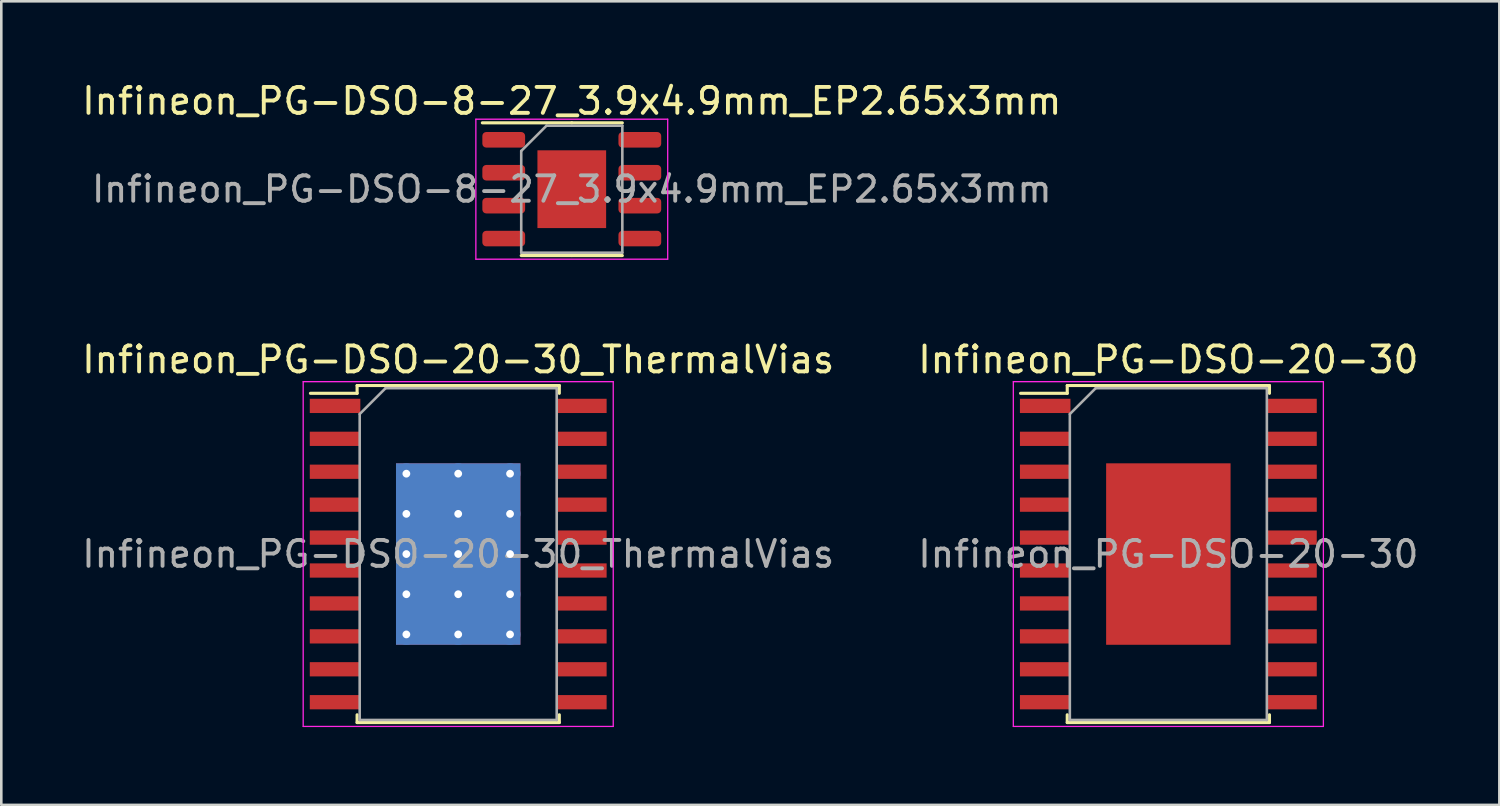
<source format=kicad_pcb>
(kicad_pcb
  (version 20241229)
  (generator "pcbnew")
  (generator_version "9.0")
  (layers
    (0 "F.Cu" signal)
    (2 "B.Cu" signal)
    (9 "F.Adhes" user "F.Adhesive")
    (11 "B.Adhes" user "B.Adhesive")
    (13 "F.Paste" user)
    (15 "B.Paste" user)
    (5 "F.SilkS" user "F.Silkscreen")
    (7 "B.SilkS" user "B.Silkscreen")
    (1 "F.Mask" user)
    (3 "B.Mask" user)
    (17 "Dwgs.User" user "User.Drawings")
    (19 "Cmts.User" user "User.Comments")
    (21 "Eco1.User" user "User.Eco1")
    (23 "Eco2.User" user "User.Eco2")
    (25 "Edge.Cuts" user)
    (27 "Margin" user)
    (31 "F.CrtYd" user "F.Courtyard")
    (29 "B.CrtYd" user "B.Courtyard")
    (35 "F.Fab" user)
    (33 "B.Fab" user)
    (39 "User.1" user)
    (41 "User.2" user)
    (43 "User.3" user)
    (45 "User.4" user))
  (footprint "Infineon_PG-DSO-8-27_3.9x4.9mm_EP2.65x3mm"
    (layer "F.Cu")
    (at 19.006 4.248)
    (property "Reference" "Infineon_PG-DSO-8-27_3.9x4.9mm_EP2.65x3mm" (at 0 -3.4 0) (layer "F.SilkS") (effects (font (size 1 1) (thickness 0.15))))
    (attr smd)
    (fp_line (start 0 -2.56) (end -3.45 -2.56) (stroke (width 0.12) (type solid)) (layer "F.SilkS"))
    (fp_line (start 0 -2.56) (end 1.95 -2.56) (stroke (width 0.12) (type solid)) (layer "F.SilkS"))
    (fp_line (start 0 2.56) (end -1.95 2.56) (stroke (width 0.12) (type solid)) (layer "F.SilkS"))
    (fp_line (start 0 2.56) (end 1.95 2.56) (stroke (width 0.12) (type solid)) (layer "F.SilkS"))
    (fp_line (start -3.7 -2.7) (end -3.7 2.7) (stroke (width 0.05) (type solid)) (layer "F.CrtYd"))
    (fp_line (start -3.7 2.7) (end 3.7 2.7) (stroke (width 0.05) (type solid)) (layer "F.CrtYd"))
    (fp_line (start 3.7 -2.7) (end -3.7 -2.7) (stroke (width 0.05) (type solid)) (layer "F.CrtYd"))
    (fp_line (start 3.7 2.7) (end 3.7 -2.7) (stroke (width 0.05) (type solid)) (layer "F.CrtYd"))
    (fp_line (start -1.95 -1.475) (end -0.975 -2.45) (stroke (width 0.1) (type solid)) (layer "F.Fab"))
    (fp_line (start -1.95 2.45) (end -1.95 -1.475) (stroke (width 0.1) (type solid)) (layer "F.Fab"))
    (fp_line (start -0.975 -2.45) (end 1.95 -2.45) (stroke (width 0.1) (type solid)) (layer "F.Fab"))
    (fp_line (start 1.95 -2.45) (end 1.95 2.45) (stroke (width 0.1) (type solid)) (layer "F.Fab"))
    (fp_line (start 1.95 2.45) (end -1.95 2.45) (stroke (width 0.1) (type solid)) (layer "F.Fab"))
    (fp_text user "${REFERENCE}" (at 0 0 0) (layer "F.Fab") (effects (font (size 0.98 0.98) (thickness 0.15))))
    (pad "" smd roundrect (at -0.66 -0.75) (size 1.07 1.21) (layers "F.Paste") (roundrect_rratio 0.234))
    (pad "" smd roundrect (at -0.66 0.75) (size 1.07 1.21) (layers "F.Paste") (roundrect_rratio 0.234))
    (pad "" smd roundrect (at 0.66 -0.75) (size 1.07 1.21) (layers "F.Paste") (roundrect_rratio 0.234))
    (pad "" smd roundrect (at 0.66 0.75) (size 1.07 1.21) (layers "F.Paste") (roundrect_rratio 0.234))
    (pad "1" smd roundrect (at -2.625 -1.905) (size 1.65 0.6) (layers "F.Cu" "F.Mask" "F.Paste") (roundrect_rratio 0.25))
    (pad "2" smd roundrect (at -2.625 -0.635) (size 1.65 0.6) (layers "F.Cu" "F.Mask" "F.Paste") (roundrect_rratio 0.25))
    (pad "3" smd roundrect (at -2.625 0.635) (size 1.65 0.6) (layers "F.Cu" "F.Mask" "F.Paste") (roundrect_rratio 0.25))
    (pad "4" smd roundrect (at -2.625 1.905) (size 1.65 0.6) (layers "F.Cu" "F.Mask" "F.Paste") (roundrect_rratio 0.25))
    (pad "5" smd roundrect (at 2.625 1.905) (size 1.65 0.6) (layers "F.Cu" "F.Mask" "F.Paste") (roundrect_rratio 0.25))
    (pad "6" smd roundrect (at 2.625 0.635) (size 1.65 0.6) (layers "F.Cu" "F.Mask" "F.Paste") (roundrect_rratio 0.25))
    (pad "7" smd roundrect (at 2.625 -0.635) (size 1.65 0.6) (layers "F.Cu" "F.Mask" "F.Paste") (roundrect_rratio 0.25))
    (pad "8" smd roundrect (at 2.625 -1.905) (size 1.65 0.6) (layers "F.Cu" "F.Mask" "F.Paste") (roundrect_rratio 0.25))
    (pad "9" smd rect (at 0 0) (size 2.65 3) (layers "F.Cu" "F.Mask")))
  (footprint "Infineon_PG-DSO-20-30"
    (layer "F.Cu")
    (at 42.018 18.322)
    (property "Reference" "Infineon_PG-DSO-20-30" (at 0 -7.5 0) (layer "F.SilkS") (effects (font (size 1 1) (thickness 0.15))))
    (attr smd)
    (fp_line (start -5.7 -6.2) (end -3.9 -6.2) (stroke (width 0.12) (type solid)) (layer "F.SilkS"))
    (fp_line (start -3.9 -6.5) (end 3.9 -6.5) (stroke (width 0.12) (type solid)) (layer "F.SilkS"))
    (fp_line (start -3.9 -6.2) (end -3.9 -6.5) (stroke (width 0.12) (type solid)) (layer "F.SilkS"))
    (fp_line (start -3.9 6.2) (end -3.9 6.5) (stroke (width 0.12) (type solid)) (layer "F.SilkS"))
    (fp_line (start 3.9 -6.2) (end 3.9 -6.5) (stroke (width 0.12) (type solid)) (layer "F.SilkS"))
    (fp_line (start 3.9 6.2) (end 3.9 6.5) (stroke (width 0.12) (type solid)) (layer "F.SilkS"))
    (fp_line (start 3.9 6.5) (end -3.9 6.5) (stroke (width 0.12) (type solid)) (layer "F.SilkS"))
    (fp_line (start -5.98 -6.65) (end 5.98 -6.65) (stroke (width 0.05) (type solid)) (layer "F.CrtYd"))
    (fp_line (start -5.98 6.65) (end -5.98 -6.65) (stroke (width 0.05) (type solid)) (layer "F.CrtYd"))
    (fp_line (start -5.98 6.65) (end 5.98 6.65) (stroke (width 0.05) (type solid)) (layer "F.CrtYd"))
    (fp_line (start 5.98 6.65) (end 5.98 -6.65) (stroke (width 0.05) (type solid)) (layer "F.CrtYd"))
    (fp_line (start -3.8 6.4) (end -3.8 -5.4) (stroke (width 0.1) (type solid)) (layer "F.Fab"))
    (fp_line (start -2.8 -6.4) (end -3.8 -5.4) (stroke (width 0.1) (type solid)) (layer "F.Fab"))
    (fp_line (start -2.8 -6.4) (end 3.8 -6.4) (stroke (width 0.1) (type solid)) (layer "F.Fab"))
    (fp_line (start 3.8 -6.4) (end 3.8 6.4) (stroke (width 0.1) (type solid)) (layer "F.Fab"))
    (fp_line (start 3.8 6.4) (end -3.8 6.4) (stroke (width 0.1) (type solid)) (layer "F.Fab"))
    (fp_text user "${REFERENCE}" (at 0 0 0) (layer "F.Fab") (effects (font (size 1 1) (thickness 0.15))))
    (pad "" smd rect (at -1.2 -2.8) (size 2.1 1.1) (layers "F.Paste"))
    (pad "" smd rect (at -1.2 -1.4) (size 2.1 1.1) (layers "F.Paste"))
    (pad "" smd rect (at -1.2 0) (size 2.1 1.1) (layers "F.Paste"))
    (pad "" smd rect (at -1.2 1.4) (size 2.1 1.1) (layers "F.Paste"))
    (pad "" smd rect (at -1.2 2.8) (size 2.1 1.1) (layers "F.Paste"))
    (pad "" smd rect (at 1.2 -2.8) (size 2.1 1.1) (layers "F.Paste"))
    (pad "" smd rect (at 1.2 -1.4) (size 2.1 1.1) (layers "F.Paste"))
    (pad "" smd rect (at 1.2 0) (size 2.1 1.1) (layers "F.Paste"))
    (pad "" smd rect (at 1.2 1.4) (size 2.1 1.1) (layers "F.Paste"))
    (pad "" smd rect (at 1.2 2.8) (size 2.1 1.1) (layers "F.Paste"))
    (pad "1" smd rect (at -4.75 -5.715 90) (size 0.55 1.95) (layers "F.Cu" "F.Mask" "F.Paste"))
    (pad "2" smd rect (at -4.75 -4.445 90) (size 0.55 1.95) (layers "F.Cu" "F.Mask" "F.Paste"))
    (pad "3" smd rect (at -4.75 -3.175 90) (size 0.55 1.95) (layers "F.Cu" "F.Mask" "F.Paste"))
    (pad "4" smd rect (at -4.75 -1.905 90) (size 0.55 1.95) (layers "F.Cu" "F.Mask" "F.Paste"))
    (pad "5" smd rect (at -4.75 -0.635 90) (size 0.55 1.95) (layers "F.Cu" "F.Mask" "F.Paste"))
    (pad "6" smd rect (at -4.75 0.635 90) (size 0.55 1.95) (layers "F.Cu" "F.Mask" "F.Paste"))
    (pad "7" smd rect (at -4.75 1.905 90) (size 0.55 1.95) (layers "F.Cu" "F.Mask" "F.Paste"))
    (pad "8" smd rect (at -4.75 3.175 90) (size 0.55 1.95) (layers "F.Cu" "F.Mask" "F.Paste"))
    (pad "9" smd rect (at -4.75 4.445 90) (size 0.55 1.95) (layers "F.Cu" "F.Mask" "F.Paste"))
    (pad "10" smd rect (at -4.75 5.715 90) (size 0.55 1.95) (layers "F.Cu" "F.Mask" "F.Paste"))
    (pad "11" smd rect (at 4.75 5.715 90) (size 0.55 1.95) (layers "F.Cu" "F.Mask" "F.Paste"))
    (pad "12" smd rect (at 4.75 4.445 90) (size 0.55 1.95) (layers "F.Cu" "F.Mask" "F.Paste"))
    (pad "13" smd rect (at 4.75 3.175 90) (size 0.55 1.95) (layers "F.Cu" "F.Mask" "F.Paste"))
    (pad "14" smd rect (at 4.75 1.905 90) (size 0.55 1.95) (layers "F.Cu" "F.Mask" "F.Paste"))
    (pad "15" smd rect (at 4.75 0.635 90) (size 0.55 1.95) (layers "F.Cu" "F.Mask" "F.Paste"))
    (pad "16" smd rect (at 4.75 -0.635 90) (size 0.55 1.95) (layers "F.Cu" "F.Mask" "F.Paste"))
    (pad "17" smd rect (at 4.75 -1.905 90) (size 0.55 1.95) (layers "F.Cu" "F.Mask" "F.Paste"))
    (pad "18" smd rect (at 4.75 -3.175 90) (size 0.55 1.95) (layers "F.Cu" "F.Mask" "F.Paste"))
    (pad "19" smd rect (at 4.75 -4.445 90) (size 0.55 1.95) (layers "F.Cu" "F.Mask" "F.Paste"))
    (pad "20" smd rect (at 4.75 -5.715 90) (size 0.55 1.95) (layers "F.Cu" "F.Mask" "F.Paste"))
    (pad "21" smd rect (at 0 0) (size 4.8 7) (layers "F.Cu" "F.Mask")))
  (footprint "Infineon_PG-DSO-20-30_ThermalVias"
    (layer "F.Cu")
    (at 14.625 18.322)
    (property "Reference" "Infineon_PG-DSO-20-30_ThermalVias" (at 0 -7.5 0) (layer "F.SilkS") (effects (font (size 1 1) (thickness 0.15))))
    (attr smd)
    (fp_line (start -5.7 -6.2) (end -3.9 -6.2) (stroke (width 0.12) (type solid)) (layer "F.SilkS"))
    (fp_line (start -3.9 -6.5) (end 3.9 -6.5) (stroke (width 0.12) (type solid)) (layer "F.SilkS"))
    (fp_line (start -3.9 -6.2) (end -3.9 -6.5) (stroke (width 0.12) (type solid)) (layer "F.SilkS"))
    (fp_line (start -3.9 6.2) (end -3.9 6.5) (stroke (width 0.12) (type solid)) (layer "F.SilkS"))
    (fp_line (start 3.9 -6.2) (end 3.9 -6.5) (stroke (width 0.12) (type solid)) (layer "F.SilkS"))
    (fp_line (start 3.9 6.2) (end 3.9 6.5) (stroke (width 0.12) (type solid)) (layer "F.SilkS"))
    (fp_line (start 3.9 6.5) (end -3.9 6.5) (stroke (width 0.12) (type solid)) (layer "F.SilkS"))
    (fp_line (start -5.98 -6.65) (end 5.98 -6.65) (stroke (width 0.05) (type solid)) (layer "F.CrtYd"))
    (fp_line (start -5.98 6.65) (end -5.98 -6.65) (stroke (width 0.05) (type solid)) (layer "F.CrtYd"))
    (fp_line (start -5.98 6.65) (end 5.98 6.65) (stroke (width 0.05) (type solid)) (layer "F.CrtYd"))
    (fp_line (start 5.98 6.65) (end 5.98 -6.65) (stroke (width 0.05) (type solid)) (layer "F.CrtYd"))
    (fp_line (start -3.8 6.4) (end -3.8 -5.4) (stroke (width 0.1) (type solid)) (layer "F.Fab"))
    (fp_line (start -2.8 -6.4) (end -3.8 -5.4) (stroke (width 0.1) (type solid)) (layer "F.Fab"))
    (fp_line (start -2.8 -6.4) (end 3.8 -6.4) (stroke (width 0.1) (type solid)) (layer "F.Fab"))
    (fp_line (start 3.8 -6.4) (end 3.8 6.4) (stroke (width 0.1) (type solid)) (layer "F.Fab"))
    (fp_line (start 3.8 6.4) (end -3.8 6.4) (stroke (width 0.1) (type solid)) (layer "F.Fab"))
    (fp_text user "${REFERENCE}" (at 0 0 0) (layer "F.Fab") (effects (font (size 1 1) (thickness 0.15))))
    (pad "" smd rect (at -1 -2.325) (size 1.7 1.25) (layers "F.Paste"))
    (pad "" smd rect (at -1 -0.775) (size 1.7 1.25) (layers "F.Paste"))
    (pad "" smd rect (at -1 0.775) (size 1.7 1.25) (layers "F.Paste"))
    (pad "" smd rect (at -1 2.325) (size 1.7 1.25) (layers "F.Paste"))
    (pad "" smd rect (at 1 -2.325) (size 1.7 1.25) (layers "F.Paste"))
    (pad "" smd rect (at 1 -0.775) (size 1.7 1.25) (layers "F.Paste"))
    (pad "" smd rect (at 1 0.775) (size 1.7 1.25) (layers "F.Paste"))
    (pad "" smd rect (at 1 2.325) (size 1.7 1.25) (layers "F.Paste"))
    (pad "1" smd rect (at -4.75 -5.715 90) (size 0.55 1.95) (layers "F.Cu" "F.Mask" "F.Paste"))
    (pad "2" smd rect (at -4.75 -4.445 90) (size 0.55 1.95) (layers "F.Cu" "F.Mask" "F.Paste"))
    (pad "3" smd rect (at -4.75 -3.175 90) (size 0.55 1.95) (layers "F.Cu" "F.Mask" "F.Paste"))
    (pad "4" smd rect (at -4.75 -1.905 90) (size 0.55 1.95) (layers "F.Cu" "F.Mask" "F.Paste"))
    (pad "5" smd rect (at -4.75 -0.635 90) (size 0.55 1.95) (layers "F.Cu" "F.Mask" "F.Paste"))
    (pad "6" smd rect (at -4.75 0.635 90) (size 0.55 1.95) (layers "F.Cu" "F.Mask" "F.Paste"))
    (pad "7" smd rect (at -4.75 1.905 90) (size 0.55 1.95) (layers "F.Cu" "F.Mask" "F.Paste"))
    (pad "8" smd rect (at -4.75 3.175 90) (size 0.55 1.95) (layers "F.Cu" "F.Mask" "F.Paste"))
    (pad "9" smd rect (at -4.75 4.445 90) (size 0.55 1.95) (layers "F.Cu" "F.Mask" "F.Paste"))
    (pad "10" smd rect (at -4.75 5.715 90) (size 0.55 1.95) (layers "F.Cu" "F.Mask" "F.Paste"))
    (pad "11" smd rect (at 4.75 5.715 90) (size 0.55 1.95) (layers "F.Cu" "F.Mask" "F.Paste"))
    (pad "12" smd rect (at 4.75 4.445 90) (size 0.55 1.95) (layers "F.Cu" "F.Mask" "F.Paste"))
    (pad "13" smd rect (at 4.75 3.175 90) (size 0.55 1.95) (layers "F.Cu" "F.Mask" "F.Paste"))
    (pad "14" smd rect (at 4.75 1.905 90) (size 0.55 1.95) (layers "F.Cu" "F.Mask" "F.Paste"))
    (pad "15" smd rect (at 4.75 0.635 90) (size 0.55 1.95) (layers "F.Cu" "F.Mask" "F.Paste"))
    (pad "16" smd rect (at 4.75 -0.635 90) (size 0.55 1.95) (layers "F.Cu" "F.Mask" "F.Paste"))
    (pad "17" smd rect (at 4.75 -1.905 90) (size 0.55 1.95) (layers "F.Cu" "F.Mask" "F.Paste"))
    (pad "18" smd rect (at 4.75 -3.175 90) (size 0.55 1.95) (layers "F.Cu" "F.Mask" "F.Paste"))
    (pad "19" smd rect (at 4.75 -4.445 90) (size 0.55 1.95) (layers "F.Cu" "F.Mask" "F.Paste"))
    (pad "20" smd rect (at 4.75 -5.715 90) (size 0.55 1.95) (layers "F.Cu" "F.Mask" "F.Paste"))
    (pad "21" thru_hole circle (at -2 -3.1) (size 0.8 0.8) (drill 0.3) (layers "*.Cu"))
    (pad "21" thru_hole circle (at -2 -1.55) (size 0.8 0.8) (drill 0.3) (layers "*.Cu"))
    (pad "21" thru_hole circle (at -2 0) (size 0.8 0.8) (drill 0.3) (layers "*.Cu"))
    (pad "21" thru_hole circle (at -2 1.55) (size 0.8 0.8) (drill 0.3) (layers "*.Cu"))
    (pad "21" thru_hole circle (at -2 3.1) (size 0.8 0.8) (drill 0.3) (layers "*.Cu"))
    (pad "21" thru_hole circle (at 0 -3.1) (size 0.8 0.8) (drill 0.3) (layers "*.Cu"))
    (pad "21" thru_hole circle (at 0 -1.55) (size 0.8 0.8) (drill 0.3) (layers "*.Cu"))
    (pad "21" thru_hole circle (at 0 0) (size 0.8 0.8) (drill 0.3) (layers "*.Cu"))
    (pad "21" smd rect (at 0 0) (size 4.8 7) (layers "F.Cu" "F.Mask"))
    (pad "21" smd rect (at 0 0) (size 4.8 7) (layers "B.Cu"))
    (pad "21" thru_hole circle (at 0 1.55) (size 0.8 0.8) (drill 0.3) (layers "*.Cu"))
    (pad "21" thru_hole circle (at 0 3.1) (size 0.8 0.8) (drill 0.3) (layers "*.Cu"))
    (pad "21" thru_hole circle (at 2 -3.1) (size 0.8 0.8) (drill 0.3) (layers "*.Cu"))
    (pad "21" thru_hole circle (at 2 -1.55) (size 0.8 0.8) (drill 0.3) (layers "*.Cu"))
    (pad "21" thru_hole circle (at 2 0) (size 0.8 0.8) (drill 0.3) (layers "*.Cu"))
    (pad "21" thru_hole circle (at 2 1.55) (size 0.8 0.8) (drill 0.3) (layers "*.Cu"))
    (pad "21" thru_hole circle (at 2 3.1) (size 0.8 0.8) (drill 0.3) (layers "*.Cu")))
  (gr_rect
    (start -3 -3)
    (end 54.786 27.997)
    (stroke (width 0.1) (type default))
    (fill no)
    (layer "Edge.Cuts")))
</source>
